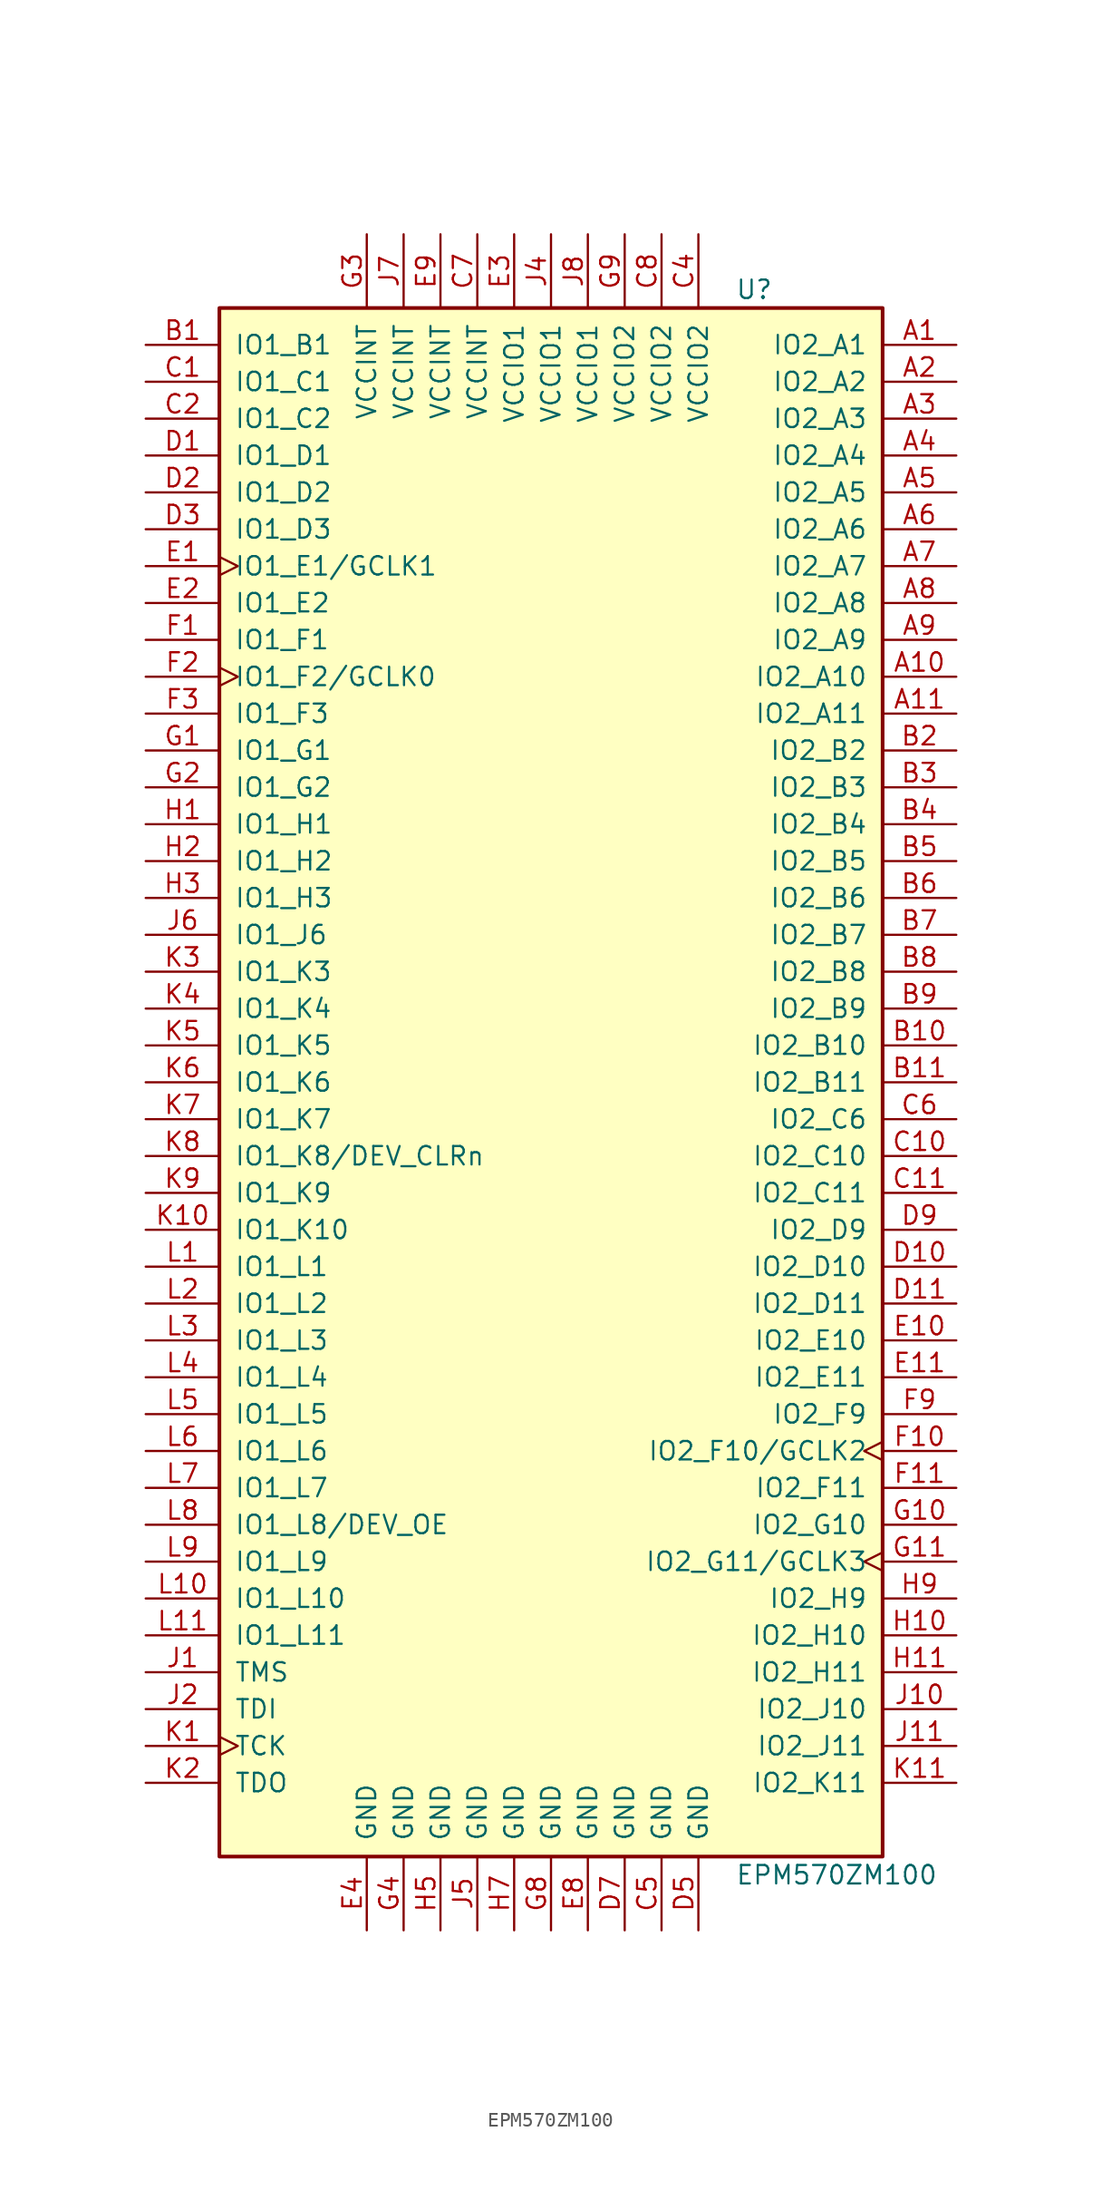
<source format=kicad_sym>
(kicad_symbol_lib
  (version 20201005)
  (generator kicad_symbol_editor)
  (symbol "CPLD_Altera:EPM570ZM100"
    (pin_names
      (offset 1.016))
    (property "Reference" "U"
      (at 12.7 54.61 0)
      (effects (font (size 1.27 1.27)) (justify left)))
    (property "Value" "EPM570ZM100"
      (at 12.7 -54.61 0)
      (effects (font (size 1.27 1.27)) (justify left)))
    (property "ki_locked" ""
      (at 0 0 0)
      (effects (font (size 1.27 1.27))))
    (symbol "EPM570ZM100_1_1"
      (rectangle (start -22.86 53.34) (end 22.86 -53.34) (stroke (width 0.254)) (fill (type background)))
      (pin bidirectional line (at 27.94 50.8 180) (length 5.08) (name "IO2_A1" (effects (font (size 1.27 1.27)))) (number "A1" (effects (font (size 1.27 1.27)))))
      (pin bidirectional line (at 27.94 48.26 180) (length 5.08) (name "IO2_A2" (effects (font (size 1.27 1.27)))) (number "A2" (effects (font (size 1.27 1.27)))))
      (pin bidirectional line (at 27.94 45.72 180) (length 5.08) (name "IO2_A3" (effects (font (size 1.27 1.27)))) (number "A3" (effects (font (size 1.27 1.27)))))
      (pin bidirectional line (at 27.94 43.18 180) (length 5.08) (name "IO2_A4" (effects (font (size 1.27 1.27)))) (number "A4" (effects (font (size 1.27 1.27)))))
      (pin bidirectional line (at 27.94 40.64 180) (length 5.08) (name "IO2_A5" (effects (font (size 1.27 1.27)))) (number "A5" (effects (font (size 1.27 1.27)))))
      (pin bidirectional line (at 27.94 38.1 180) (length 5.08) (name "IO2_A6" (effects (font (size 1.27 1.27)))) (number "A6" (effects (font (size 1.27 1.27)))))
      (pin bidirectional line (at 27.94 35.56 180) (length 5.08) (name "IO2_A7" (effects (font (size 1.27 1.27)))) (number "A7" (effects (font (size 1.27 1.27)))))
      (pin bidirectional line (at 27.94 33.02 180) (length 5.08) (name "IO2_A8" (effects (font (size 1.27 1.27)))) (number "A8" (effects (font (size 1.27 1.27)))))
      (pin bidirectional line (at 27.94 30.48 180) (length 5.08) (name "IO2_A9" (effects (font (size 1.27 1.27)))) (number "A9" (effects (font (size 1.27 1.27)))))
      (pin bidirectional line (at 27.94 27.94 180) (length 5.08) (name "IO2_A10" (effects (font (size 1.27 1.27)))) (number "A10" (effects (font (size 1.27 1.27)))))
      (pin bidirectional line (at 27.94 25.4 180) (length 5.08) (name "IO2_A11" (effects (font (size 1.27 1.27)))) (number "A11" (effects (font (size 1.27 1.27)))))
      (pin bidirectional line (at -27.94 50.8 0) (length 5.08) (name "IO1_B1" (effects (font (size 1.27 1.27)))) (number "B1" (effects (font (size 1.27 1.27)))))
      (pin bidirectional line (at 27.94 22.86 180) (length 5.08) (name "IO2_B2" (effects (font (size 1.27 1.27)))) (number "B2" (effects (font (size 1.27 1.27)))))
      (pin bidirectional line (at 27.94 20.32 180) (length 5.08) (name "IO2_B3" (effects (font (size 1.27 1.27)))) (number "B3" (effects (font (size 1.27 1.27)))))
      (pin bidirectional line (at 27.94 17.78 180) (length 5.08) (name "IO2_B4" (effects (font (size 1.27 1.27)))) (number "B4" (effects (font (size 1.27 1.27)))))
      (pin bidirectional line (at 27.94 15.24 180) (length 5.08) (name "IO2_B5" (effects (font (size 1.27 1.27)))) (number "B5" (effects (font (size 1.27 1.27)))))
      (pin bidirectional line (at 27.94 12.7 180) (length 5.08) (name "IO2_B6" (effects (font (size 1.27 1.27)))) (number "B6" (effects (font (size 1.27 1.27)))))
      (pin bidirectional line (at 27.94 10.16 180) (length 5.08) (name "IO2_B7" (effects (font (size 1.27 1.27)))) (number "B7" (effects (font (size 1.27 1.27)))))
      (pin bidirectional line (at 27.94 7.62 180) (length 5.08) (name "IO2_B8" (effects (font (size 1.27 1.27)))) (number "B8" (effects (font (size 1.27 1.27)))))
      (pin bidirectional line (at 27.94 5.08 180) (length 5.08) (name "IO2_B9" (effects (font (size 1.27 1.27)))) (number "B9" (effects (font (size 1.27 1.27)))))
      (pin bidirectional line (at 27.94 2.54 180) (length 5.08) (name "IO2_B10" (effects (font (size 1.27 1.27)))) (number "B10" (effects (font (size 1.27 1.27)))))
      (pin bidirectional line (at 27.94 0 180) (length 5.08) (name "IO2_B11" (effects (font (size 1.27 1.27)))) (number "B11" (effects (font (size 1.27 1.27)))))
      (pin bidirectional line (at -27.94 48.26 0) (length 5.08) (name "IO1_C1" (effects (font (size 1.27 1.27)))) (number "C1" (effects (font (size 1.27 1.27)))))
      (pin bidirectional line (at -27.94 45.72 0) (length 5.08) (name "IO1_C2" (effects (font (size 1.27 1.27)))) (number "C2" (effects (font (size 1.27 1.27)))))
      (pin bidirectional line (at 27.94 -2.54 180) (length 5.08) (name "IO2_C6" (effects (font (size 1.27 1.27)))) (number "C6" (effects (font (size 1.27 1.27)))))
      (pin bidirectional line (at 27.94 -5.08 180) (length 5.08) (name "IO2_C10" (effects (font (size 1.27 1.27)))) (number "C10" (effects (font (size 1.27 1.27)))))
      (pin bidirectional line (at 27.94 -7.62 180) (length 5.08) (name "IO2_C11" (effects (font (size 1.27 1.27)))) (number "C11" (effects (font (size 1.27 1.27)))))
      (pin bidirectional line (at -27.94 43.18 0) (length 5.08) (name "IO1_D1" (effects (font (size 1.27 1.27)))) (number "D1" (effects (font (size 1.27 1.27)))))
      (pin bidirectional line (at -27.94 40.64 0) (length 5.08) (name "IO1_D2" (effects (font (size 1.27 1.27)))) (number "D2" (effects (font (size 1.27 1.27)))))
      (pin bidirectional line (at -27.94 38.1 0) (length 5.08) (name "IO1_D3" (effects (font (size 1.27 1.27)))) (number "D3" (effects (font (size 1.27 1.27)))))
      (pin bidirectional line (at 27.94 -10.16 180) (length 5.08) (name "IO2_D9" (effects (font (size 1.27 1.27)))) (number "D9" (effects (font (size 1.27 1.27)))))
      (pin bidirectional line (at 27.94 -12.7 180) (length 5.08) (name "IO2_D10" (effects (font (size 1.27 1.27)))) (number "D10" (effects (font (size 1.27 1.27)))))
      (pin bidirectional line (at 27.94 -15.24 180) (length 5.08) (name "IO2_D11" (effects (font (size 1.27 1.27)))) (number "D11" (effects (font (size 1.27 1.27)))))
      (pin bidirectional clock (at -27.94 35.56 0) (length 5.08) (name "IO1_E1/GCLK1" (effects (font (size 1.27 1.27)))) (number "E1" (effects (font (size 1.27 1.27)))))
      (pin bidirectional line (at -27.94 33.02 0) (length 5.08) (name "IO1_E2" (effects (font (size 1.27 1.27)))) (number "E2" (effects (font (size 1.27 1.27)))))
      (pin bidirectional line (at 27.94 -17.78 180) (length 5.08) (name "IO2_E10" (effects (font (size 1.27 1.27)))) (number "E10" (effects (font (size 1.27 1.27)))))
      (pin bidirectional line (at 27.94 -20.32 180) (length 5.08) (name "IO2_E11" (effects (font (size 1.27 1.27)))) (number "E11" (effects (font (size 1.27 1.27)))))
      (pin bidirectional line (at -27.94 30.48 0) (length 5.08) (name "IO1_F1" (effects (font (size 1.27 1.27)))) (number "F1" (effects (font (size 1.27 1.27)))))
      (pin bidirectional clock (at -27.94 27.94 0) (length 5.08) (name "IO1_F2/GCLK0" (effects (font (size 1.27 1.27)))) (number "F2" (effects (font (size 1.27 1.27)))))
      (pin bidirectional line (at -27.94 25.4 0) (length 5.08) (name "IO1_F3" (effects (font (size 1.27 1.27)))) (number "F3" (effects (font (size 1.27 1.27)))))
      (pin bidirectional line (at 27.94 -22.86 180) (length 5.08) (name "IO2_F9" (effects (font (size 1.27 1.27)))) (number "F9" (effects (font (size 1.27 1.27)))))
      (pin bidirectional clock (at 27.94 -25.4 180) (length 5.08) (name "IO2_F10/GCLK2" (effects (font (size 1.27 1.27)))) (number "F10" (effects (font (size 1.27 1.27)))))
      (pin bidirectional line (at 27.94 -27.94 180) (length 5.08) (name "IO2_F11" (effects (font (size 1.27 1.27)))) (number "F11" (effects (font (size 1.27 1.27)))))
      (pin bidirectional line (at -27.94 22.86 0) (length 5.08) (name "IO1_G1" (effects (font (size 1.27 1.27)))) (number "G1" (effects (font (size 1.27 1.27)))))
      (pin bidirectional line (at -27.94 20.32 0) (length 5.08) (name "IO1_G2" (effects (font (size 1.27 1.27)))) (number "G2" (effects (font (size 1.27 1.27)))))
      (pin bidirectional line (at 27.94 -30.48 180) (length 5.08) (name "IO2_G10" (effects (font (size 1.27 1.27)))) (number "G10" (effects (font (size 1.27 1.27)))))
      (pin bidirectional clock (at 27.94 -33.02 180) (length 5.08) (name "IO2_G11/GCLK3" (effects (font (size 1.27 1.27)))) (number "G11" (effects (font (size 1.27 1.27)))))
      (pin bidirectional line (at -27.94 17.78 0) (length 5.08) (name "IO1_H1" (effects (font (size 1.27 1.27)))) (number "H1" (effects (font (size 1.27 1.27)))))
      (pin bidirectional line (at -27.94 15.24 0) (length 5.08) (name "IO1_H2" (effects (font (size 1.27 1.27)))) (number "H2" (effects (font (size 1.27 1.27)))))
      (pin bidirectional line (at -27.94 12.7 0) (length 5.08) (name "IO1_H3" (effects (font (size 1.27 1.27)))) (number "H3" (effects (font (size 1.27 1.27)))))
      (pin bidirectional line (at 27.94 -35.56 180) (length 5.08) (name "IO2_H9" (effects (font (size 1.27 1.27)))) (number "H9" (effects (font (size 1.27 1.27)))))
      (pin bidirectional line (at 27.94 -38.1 180) (length 5.08) (name "IO2_H10" (effects (font (size 1.27 1.27)))) (number "H10" (effects (font (size 1.27 1.27)))))
      (pin bidirectional line (at 27.94 -40.64 180) (length 5.08) (name "IO2_H11" (effects (font (size 1.27 1.27)))) (number "H11" (effects (font (size 1.27 1.27)))))
      (pin bidirectional line (at -27.94 10.16 0) (length 5.08) (name "IO1_J6" (effects (font (size 1.27 1.27)))) (number "J6" (effects (font (size 1.27 1.27)))))
      (pin bidirectional line (at 27.94 -43.18 180) (length 5.08) (name "IO2_J10" (effects (font (size 1.27 1.27)))) (number "J10" (effects (font (size 1.27 1.27)))))
      (pin bidirectional line (at 27.94 -45.72 180) (length 5.08) (name "IO2_J11" (effects (font (size 1.27 1.27)))) (number "J11" (effects (font (size 1.27 1.27)))))
      (pin bidirectional line (at -27.94 7.62 0) (length 5.08) (name "IO1_K3" (effects (font (size 1.27 1.27)))) (number "K3" (effects (font (size 1.27 1.27)))))
      (pin bidirectional line (at -27.94 5.08 0) (length 5.08) (name "IO1_K4" (effects (font (size 1.27 1.27)))) (number "K4" (effects (font (size 1.27 1.27)))))
      (pin bidirectional line (at -27.94 2.54 0) (length 5.08) (name "IO1_K5" (effects (font (size 1.27 1.27)))) (number "K5" (effects (font (size 1.27 1.27)))))
      (pin bidirectional line (at -27.94 0 0) (length 5.08) (name "IO1_K6" (effects (font (size 1.27 1.27)))) (number "K6" (effects (font (size 1.27 1.27)))))
      (pin bidirectional line (at -27.94 -2.54 0) (length 5.08) (name "IO1_K7" (effects (font (size 1.27 1.27)))) (number "K7" (effects (font (size 1.27 1.27)))))
      (pin bidirectional line (at -27.94 -5.08 0) (length 5.08) (name "IO1_K8/DEV_CLRn" (effects (font (size 1.27 1.27)))) (number "K8" (effects (font (size 1.27 1.27)))))
      (pin bidirectional line (at -27.94 -7.62 0) (length 5.08) (name "IO1_K9" (effects (font (size 1.27 1.27)))) (number "K9" (effects (font (size 1.27 1.27)))))
      (pin bidirectional line (at -27.94 -10.16 0) (length 5.08) (name "IO1_K10" (effects (font (size 1.27 1.27)))) (number "K10" (effects (font (size 1.27 1.27)))))
      (pin bidirectional line (at 27.94 -48.26 180) (length 5.08) (name "IO2_K11" (effects (font (size 1.27 1.27)))) (number "K11" (effects (font (size 1.27 1.27)))))
      (pin bidirectional line (at -27.94 -12.7 0) (length 5.08) (name "IO1_L1" (effects (font (size 1.27 1.27)))) (number "L1" (effects (font (size 1.27 1.27)))))
      (pin bidirectional line (at -27.94 -15.24 0) (length 5.08) (name "IO1_L2" (effects (font (size 1.27 1.27)))) (number "L2" (effects (font (size 1.27 1.27)))))
      (pin bidirectional line (at -27.94 -17.78 0) (length 5.08) (name "IO1_L3" (effects (font (size 1.27 1.27)))) (number "L3" (effects (font (size 1.27 1.27)))))
      (pin bidirectional line (at -27.94 -20.32 0) (length 5.08) (name "IO1_L4" (effects (font (size 1.27 1.27)))) (number "L4" (effects (font (size 1.27 1.27)))))
      (pin bidirectional line (at -27.94 -22.86 0) (length 5.08) (name "IO1_L5" (effects (font (size 1.27 1.27)))) (number "L5" (effects (font (size 1.27 1.27)))))
      (pin bidirectional line (at -27.94 -25.4 0) (length 5.08) (name "IO1_L6" (effects (font (size 1.27 1.27)))) (number "L6" (effects (font (size 1.27 1.27)))))
      (pin bidirectional line (at -27.94 -27.94 0) (length 5.08) (name "IO1_L7" (effects (font (size 1.27 1.27)))) (number "L7" (effects (font (size 1.27 1.27)))))
      (pin bidirectional line (at -27.94 -30.48 0) (length 5.08) (name "IO1_L8/DEV_OE" (effects (font (size 1.27 1.27)))) (number "L8" (effects (font (size 1.27 1.27)))))
      (pin bidirectional line (at -27.94 -33.02 0) (length 5.08) (name "IO1_L9" (effects (font (size 1.27 1.27)))) (number "L9" (effects (font (size 1.27 1.27)))))
      (pin bidirectional line (at -27.94 -35.56 0) (length 5.08) (name "IO1_L10" (effects (font (size 1.27 1.27)))) (number "L10" (effects (font (size 1.27 1.27)))))
      (pin bidirectional line (at -27.94 -38.1 0) (length 5.08) (name "IO1_L11" (effects (font (size 1.27 1.27)))) (number "L11" (effects (font (size 1.27 1.27)))))
      (pin input line (at -27.94 -40.64 0) (length 5.08) (name "TMS" (effects (font (size 1.27 1.27)))) (number "J1" (effects (font (size 1.27 1.27)))))
      (pin input line (at -27.94 -43.18 0) (length 5.08) (name "TDI" (effects (font (size 1.27 1.27)))) (number "J2" (effects (font (size 1.27 1.27)))))
      (pin input clock (at -27.94 -45.72 0) (length 5.08) (name "TCK" (effects (font (size 1.27 1.27)))) (number "K1" (effects (font (size 1.27 1.27)))))
      (pin output line (at -27.94 -48.26 0) (length 5.08) (name "TDO" (effects (font (size 1.27 1.27)))) (number "K2" (effects (font (size 1.27 1.27)))))
      (pin power_in line (at -12.7 -58.42 90) (length 5.08) (name "GND" (effects (font (size 1.27 1.27)))) (number "E4" (effects (font (size 1.27 1.27)))))
      (pin power_in line (at -10.16 -58.42 90) (length 5.08) (name "GND" (effects (font (size 1.27 1.27)))) (number "G4" (effects (font (size 1.27 1.27)))))
      (pin power_in line (at -7.62 -58.42 90) (length 5.08) (name "GND" (effects (font (size 1.27 1.27)))) (number "H5" (effects (font (size 1.27 1.27)))))
      (pin power_in line (at -5.08 -58.42 90) (length 5.08) (name "GND" (effects (font (size 1.27 1.27)))) (number "J5" (effects (font (size 1.27 1.27)))))
      (pin power_in line (at -2.54 -58.42 90) (length 5.08) (name "GND" (effects (font (size 1.27 1.27)))) (number "H7" (effects (font (size 1.27 1.27)))))
      (pin power_in line (at 0 -58.42 90) (length 5.08) (name "GND" (effects (font (size 1.27 1.27)))) (number "G8" (effects (font (size 1.27 1.27)))))
      (pin power_in line (at 2.54 -58.42 90) (length 5.08) (name "GND" (effects (font (size 1.27 1.27)))) (number "E8" (effects (font (size 1.27 1.27)))))
      (pin power_in line (at 5.08 -58.42 90) (length 5.08) (name "GND" (effects (font (size 1.27 1.27)))) (number "D7" (effects (font (size 1.27 1.27)))))
      (pin power_in line (at 7.62 -58.42 90) (length 5.08) (name "GND" (effects (font (size 1.27 1.27)))) (number "C5" (effects (font (size 1.27 1.27)))))
      (pin power_in line (at 10.16 -58.42 90) (length 5.08) (name "GND" (effects (font (size 1.27 1.27)))) (number "D5" (effects (font (size 1.27 1.27)))))
      (pin power_in line (at -12.7 58.42 270) (length 5.08) (name "VCCINT" (effects (font (size 1.27 1.27)))) (number "G3" (effects (font (size 1.27 1.27)))))
      (pin power_in line (at -10.16 58.42 270) (length 5.08) (name "VCCINT" (effects (font (size 1.27 1.27)))) (number "J7" (effects (font (size 1.27 1.27)))))
      (pin power_in line (at -7.62 58.42 270) (length 5.08) (name "VCCINT" (effects (font (size 1.27 1.27)))) (number "E9" (effects (font (size 1.27 1.27)))))
      (pin power_in line (at -5.08 58.42 270) (length 5.08) (name "VCCINT" (effects (font (size 1.27 1.27)))) (number "C7" (effects (font (size 1.27 1.27)))))
      (pin power_in line (at -2.54 58.42 270) (length 5.08) (name "VCCIO1" (effects (font (size 1.27 1.27)))) (number "E3" (effects (font (size 1.27 1.27)))))
      (pin power_in line (at 0 58.42 270) (length 5.08) (name "VCCIO1" (effects (font (size 1.27 1.27)))) (number "J4" (effects (font (size 1.27 1.27)))))
      (pin power_in line (at 2.54 58.42 270) (length 5.08) (name "VCCIO1" (effects (font (size 1.27 1.27)))) (number "J8" (effects (font (size 1.27 1.27)))))
      (pin power_in line (at 5.08 58.42 270) (length 5.08) (name "VCCIO2" (effects (font (size 1.27 1.27)))) (number "G9" (effects (font (size 1.27 1.27)))))
      (pin power_in line (at 7.62 58.42 270) (length 5.08) (name "VCCIO2" (effects (font (size 1.27 1.27)))) (number "C8" (effects (font (size 1.27 1.27)))))
      (pin power_in line (at 10.16 58.42 270) (length 5.08) (name "VCCIO2" (effects (font (size 1.27 1.27)))) (number "C4" (effects (font (size 1.27 1.27))))))))
</source>
